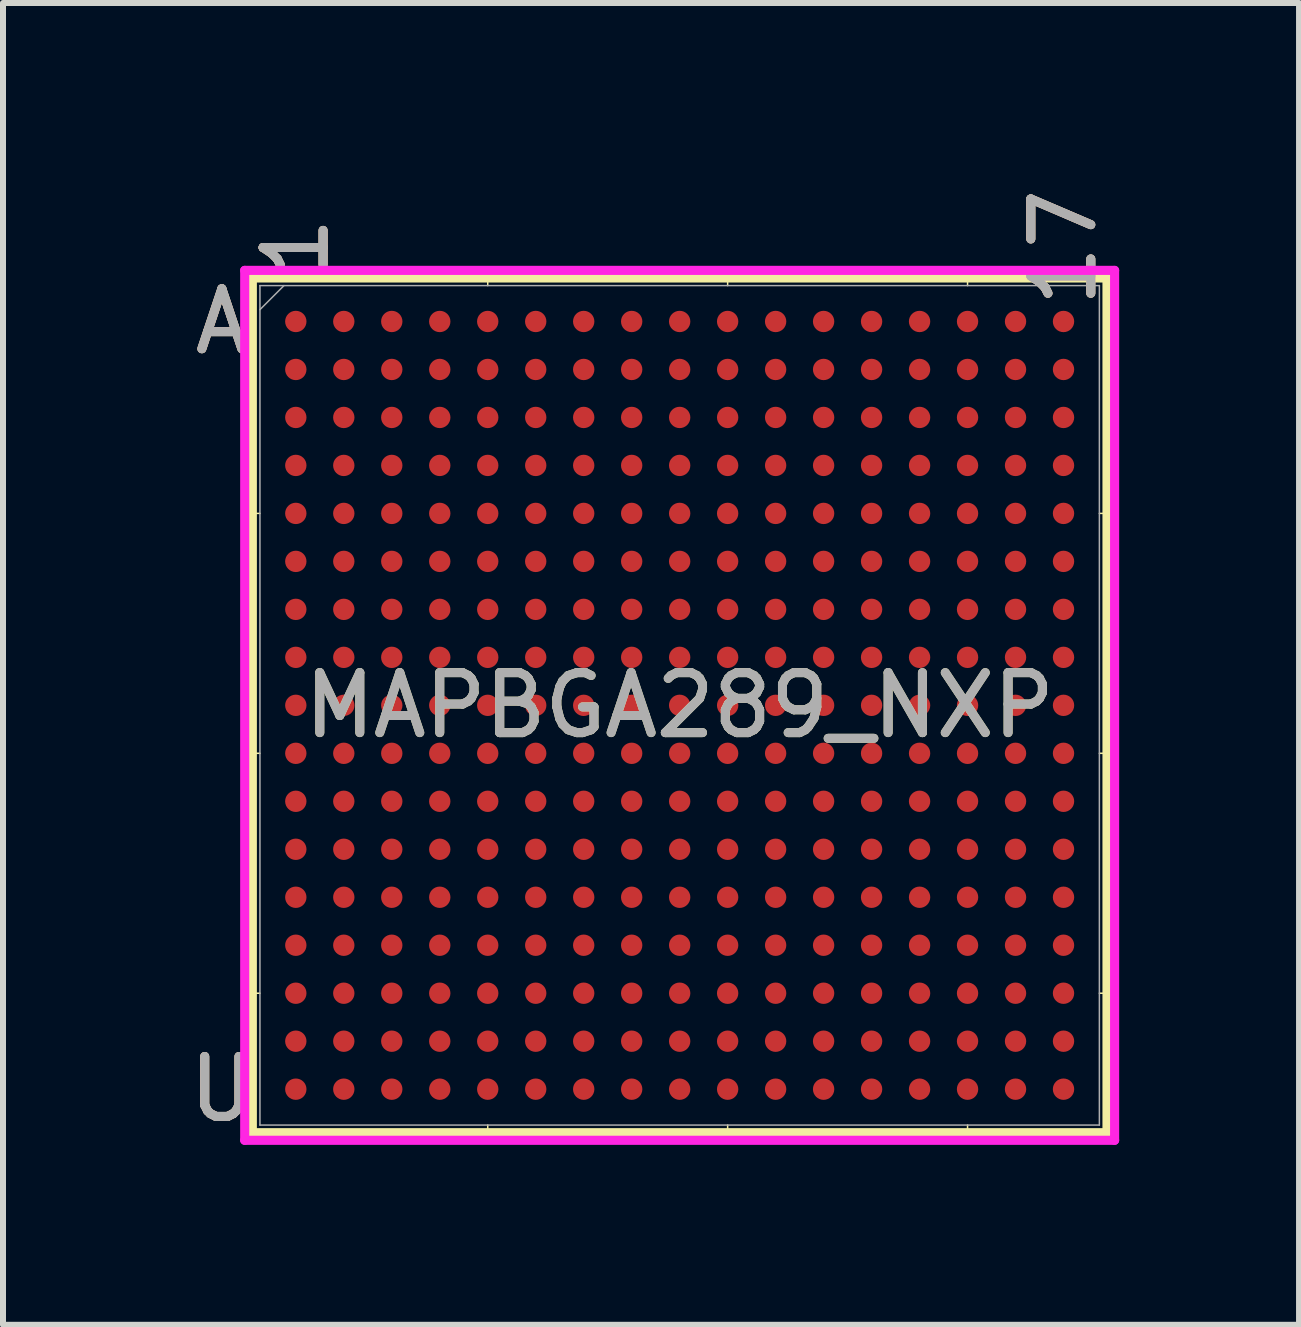
<source format=kicad_pcb>
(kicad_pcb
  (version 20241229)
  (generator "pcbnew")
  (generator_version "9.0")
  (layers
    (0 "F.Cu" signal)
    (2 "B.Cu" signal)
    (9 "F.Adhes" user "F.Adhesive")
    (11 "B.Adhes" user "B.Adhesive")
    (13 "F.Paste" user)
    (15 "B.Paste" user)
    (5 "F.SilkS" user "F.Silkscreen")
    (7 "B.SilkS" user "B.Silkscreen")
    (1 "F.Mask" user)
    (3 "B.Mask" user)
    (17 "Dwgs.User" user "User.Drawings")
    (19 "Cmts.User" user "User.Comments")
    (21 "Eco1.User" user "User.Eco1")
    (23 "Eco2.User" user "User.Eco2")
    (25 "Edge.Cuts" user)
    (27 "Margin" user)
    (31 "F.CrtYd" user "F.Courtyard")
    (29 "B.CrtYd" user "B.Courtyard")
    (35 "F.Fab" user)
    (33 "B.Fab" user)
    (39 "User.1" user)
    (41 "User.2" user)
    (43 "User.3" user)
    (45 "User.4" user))
  (footprint "MAPBGA289_NXP"
    (layer "F.Cu")
    (at 8.282 8.71)
    (property "Reference" "MAPBGA289_NXP" (at 0 0 0) (unlocked yes) (layer "F.SilkS") (effects (font (size 1 1) (thickness 0.15))))
    (attr smd)
    (fp_line (start -7.125 -7.125) (end -7.125 7.125) (stroke (width 0.152) (type solid)) (layer "F.SilkS"))
    (fp_line (start -7.125 7.125) (end 7.125 7.125) (stroke (width 0.152) (type solid)) (layer "F.SilkS"))
    (fp_line (start -6.998 -3.2) (end -7.252 -3.2) (stroke (width 0.025) (type solid)) (layer "F.SilkS"))
    (fp_line (start -6.998 0.8) (end -7.252 0.8) (stroke (width 0.025) (type solid)) (layer "F.SilkS"))
    (fp_line (start -6.998 4.8) (end -7.252 4.8) (stroke (width 0.025) (type solid)) (layer "F.SilkS"))
    (fp_line (start -3.2 -6.998) (end -3.2 -7.252) (stroke (width 0.025) (type solid)) (layer "F.SilkS"))
    (fp_line (start -3.2 6.998) (end -3.2 7.252) (stroke (width 0.025) (type solid)) (layer "F.SilkS"))
    (fp_line (start 0.8 -6.998) (end 0.8 -7.252) (stroke (width 0.025) (type solid)) (layer "F.SilkS"))
    (fp_line (start 0.8 6.998) (end 0.8 7.252) (stroke (width 0.025) (type solid)) (layer "F.SilkS"))
    (fp_line (start 4.8 -6.998) (end 4.8 -7.252) (stroke (width 0.025) (type solid)) (layer "F.SilkS"))
    (fp_line (start 4.8 6.998) (end 4.8 7.252) (stroke (width 0.025) (type solid)) (layer "F.SilkS"))
    (fp_line (start 6.998 -3.2) (end 7.252 -3.2) (stroke (width 0.025) (type solid)) (layer "F.SilkS"))
    (fp_line (start 6.998 0.8) (end 7.252 0.8) (stroke (width 0.025) (type solid)) (layer "F.SilkS"))
    (fp_line (start 6.998 4.8) (end 7.252 4.8) (stroke (width 0.025) (type solid)) (layer "F.SilkS"))
    (fp_line (start 7.125 -7.125) (end -7.125 -7.125) (stroke (width 0.152) (type solid)) (layer "F.SilkS"))
    (fp_line (start 7.125 7.125) (end 7.125 -7.125) (stroke (width 0.152) (type solid)) (layer "F.SilkS"))
    (fp_poly (pts (xy -7.245 -7.245) (xy 7.245 -7.245) (xy 7.245 7.245) (xy -7.245 7.245)) (stroke (width 0.1) (type solid)) (fill no) (layer "Eco2.User"))
    (fp_line (start -7.252 -7.252) (end 7.252 -7.252) (stroke (width 0.152) (type solid)) (layer "F.CrtYd"))
    (fp_line (start -7.252 7.252) (end -7.252 -7.252) (stroke (width 0.152) (type solid)) (layer "F.CrtYd"))
    (fp_line (start 7.252 -7.252) (end 7.252 7.252) (stroke (width 0.152) (type solid)) (layer "F.CrtYd"))
    (fp_line (start 7.252 7.252) (end -7.252 7.252) (stroke (width 0.152) (type solid)) (layer "F.CrtYd"))
    (fp_line (start -6.998 -6.998) (end -6.998 6.998) (stroke (width 0.025) (type solid)) (layer "F.Fab"))
    (fp_line (start -6.998 6.998) (end 6.998 6.998) (stroke (width 0.025) (type solid)) (layer "F.Fab"))
    (fp_line (start -6.598 -6.998) (end -6.998 -6.598) (stroke (width 0.025) (type solid)) (layer "F.Fab"))
    (fp_line (start 6.998 -6.998) (end -6.998 -6.998) (stroke (width 0.025) (type solid)) (layer "F.Fab"))
    (fp_line (start 6.998 6.998) (end 6.998 -6.998) (stroke (width 0.025) (type solid)) (layer "F.Fab"))
    (fp_text user "A" (at -7.633 -6.4 0) (unlocked yes) (layer "F.SilkS") (effects (font (size 1 1) (thickness 0.15))))
    (fp_text user "1" (at -6.4 -7.633 90) (unlocked yes) (layer "F.SilkS") (effects (font (size 1 1) (thickness 0.15))))
    (fp_text user "17" (at 6.4 -7.633 90) (unlocked yes) (layer "F.SilkS") (effects (font (size 1 1) (thickness 0.15))))
    (fp_text user "U" (at -7.633 6.4 0) (unlocked yes) (layer "F.SilkS") (effects (font (size 1 1) (thickness 0.15))))
    (fp_text user "17" (at 6.4 -7.633 90) (unlocked yes) (layer "B.SilkS") (effects (font (size 1 1) (thickness 0.15))))
    (fp_text user "1" (at -6.4 -7.633 90) (unlocked yes) (layer "B.SilkS") (effects (font (size 1 1) (thickness 0.15))))
    (fp_text user "U" (at -7.633 6.4 0) (unlocked yes) (layer "B.SilkS") (effects (font (size 1 1) (thickness 0.15))))
    (fp_text user "A" (at -7.633 -6.4 0) (unlocked yes) (layer "B.SilkS") (effects (font (size 1 1) (thickness 0.15))))
    (fp_text user "${REFERENCE}" (at 0 0 0) (unlocked yes) (layer "F.Fab") (effects (font (size 1 1) (thickness 0.15))))
    (fp_text user "17" (at 6.4 -7.633 90) (unlocked yes) (layer "F.Fab") (effects (font (size 1 1) (thickness 0.15))))
    (fp_text user "A" (at -7.633 -6.4 0) (unlocked yes) (layer "F.Fab") (effects (font (size 1 1) (thickness 0.15))))
    (fp_text user "U" (at -7.633 6.4 0) (unlocked yes) (layer "F.Fab") (effects (font (size 1 1) (thickness 0.15))))
    (fp_text user "1" (at -6.4 -7.633 90) (unlocked yes) (layer "F.Fab") (effects (font (size 1 1) (thickness 0.15))))
    (pad "A1" smd circle (at -6.4 -6.4) (size 0.356 0.356) (layers "F.Cu" "F.Mask" "F.Paste"))
    (pad "A2" smd circle (at -5.6 -6.4) (size 0.356 0.356) (layers "F.Cu" "F.Mask" "F.Paste"))
    (pad "A3" smd circle (at -4.8 -6.4) (size 0.356 0.356) (layers "F.Cu" "F.Mask" "F.Paste"))
    (pad "A4" smd circle (at -4 -6.4) (size 0.356 0.356) (layers "F.Cu" "F.Mask" "F.Paste"))
    (pad "A5" smd circle (at -3.2 -6.4) (size 0.356 0.356) (layers "F.Cu" "F.Mask" "F.Paste"))
    (pad "A6" smd circle (at -2.4 -6.4) (size 0.356 0.356) (layers "F.Cu" "F.Mask" "F.Paste"))
    (pad "A7" smd circle (at -1.6 -6.4) (size 0.356 0.356) (layers "F.Cu" "F.Mask" "F.Paste"))
    (pad "A8" smd circle (at -0.8 -6.4) (size 0.356 0.356) (layers "F.Cu" "F.Mask" "F.Paste"))
    (pad "A9" smd circle (at 0 -6.4) (size 0.356 0.356) (layers "F.Cu" "F.Mask" "F.Paste"))
    (pad "A10" smd circle (at 0.8 -6.4) (size 0.356 0.356) (layers "F.Cu" "F.Mask" "F.Paste"))
    (pad "A11" smd circle (at 1.6 -6.4) (size 0.356 0.356) (layers "F.Cu" "F.Mask" "F.Paste"))
    (pad "A12" smd circle (at 2.4 -6.4) (size 0.356 0.356) (layers "F.Cu" "F.Mask" "F.Paste"))
    (pad "A13" smd circle (at 3.2 -6.4) (size 0.356 0.356) (layers "F.Cu" "F.Mask" "F.Paste"))
    (pad "A14" smd circle (at 4 -6.4) (size 0.356 0.356) (layers "F.Cu" "F.Mask" "F.Paste"))
    (pad "A15" smd circle (at 4.8 -6.4) (size 0.356 0.356) (layers "F.Cu" "F.Mask" "F.Paste"))
    (pad "A16" smd circle (at 5.6 -6.4) (size 0.356 0.356) (layers "F.Cu" "F.Mask" "F.Paste"))
    (pad "A17" smd circle (at 6.4 -6.4) (size 0.356 0.356) (layers "F.Cu" "F.Mask" "F.Paste"))
    (pad "B1" smd circle (at -6.4 -5.6) (size 0.356 0.356) (layers "F.Cu" "F.Mask" "F.Paste"))
    (pad "B2" smd circle (at -5.6 -5.6) (size 0.356 0.356) (layers "F.Cu" "F.Mask" "F.Paste"))
    (pad "B3" smd circle (at -4.8 -5.6) (size 0.356 0.356) (layers "F.Cu" "F.Mask" "F.Paste"))
    (pad "B4" smd circle (at -4 -5.6) (size 0.356 0.356) (layers "F.Cu" "F.Mask" "F.Paste"))
    (pad "B5" smd circle (at -3.2 -5.6) (size 0.356 0.356) (layers "F.Cu" "F.Mask" "F.Paste"))
    (pad "B6" smd circle (at -2.4 -5.6) (size 0.356 0.356) (layers "F.Cu" "F.Mask" "F.Paste"))
    (pad "B7" smd circle (at -1.6 -5.6) (size 0.356 0.356) (layers "F.Cu" "F.Mask" "F.Paste"))
    (pad "B8" smd circle (at -0.8 -5.6) (size 0.356 0.356) (layers "F.Cu" "F.Mask" "F.Paste"))
    (pad "B9" smd circle (at 0 -5.6) (size 0.356 0.356) (layers "F.Cu" "F.Mask" "F.Paste"))
    (pad "B10" smd circle (at 0.8 -5.6) (size 0.356 0.356) (layers "F.Cu" "F.Mask" "F.Paste"))
    (pad "B11" smd circle (at 1.6 -5.6) (size 0.356 0.356) (layers "F.Cu" "F.Mask" "F.Paste"))
    (pad "B12" smd circle (at 2.4 -5.6) (size 0.356 0.356) (layers "F.Cu" "F.Mask" "F.Paste"))
    (pad "B13" smd circle (at 3.2 -5.6) (size 0.356 0.356) (layers "F.Cu" "F.Mask" "F.Paste"))
    (pad "B14" smd circle (at 4 -5.6) (size 0.356 0.356) (layers "F.Cu" "F.Mask" "F.Paste"))
    (pad "B15" smd circle (at 4.8 -5.6) (size 0.356 0.356) (layers "F.Cu" "F.Mask" "F.Paste"))
    (pad "B16" smd circle (at 5.6 -5.6) (size 0.356 0.356) (layers "F.Cu" "F.Mask" "F.Paste"))
    (pad "B17" smd circle (at 6.4 -5.6) (size 0.356 0.356) (layers "F.Cu" "F.Mask" "F.Paste"))
    (pad "C1" smd circle (at -6.4 -4.8) (size 0.356 0.356) (layers "F.Cu" "F.Mask" "F.Paste"))
    (pad "C2" smd circle (at -5.6 -4.8) (size 0.356 0.356) (layers "F.Cu" "F.Mask" "F.Paste"))
    (pad "C3" smd circle (at -4.8 -4.8) (size 0.356 0.356) (layers "F.Cu" "F.Mask" "F.Paste"))
    (pad "C4" smd circle (at -4 -4.8) (size 0.356 0.356) (layers "F.Cu" "F.Mask" "F.Paste"))
    (pad "C5" smd circle (at -3.2 -4.8) (size 0.356 0.356) (layers "F.Cu" "F.Mask" "F.Paste"))
    (pad "C6" smd circle (at -2.4 -4.8) (size 0.356 0.356) (layers "F.Cu" "F.Mask" "F.Paste"))
    (pad "C7" smd circle (at -1.6 -4.8) (size 0.356 0.356) (layers "F.Cu" "F.Mask" "F.Paste"))
    (pad "C8" smd circle (at -0.8 -4.8) (size 0.356 0.356) (layers "F.Cu" "F.Mask" "F.Paste"))
    (pad "C9" smd circle (at 0 -4.8) (size 0.356 0.356) (layers "F.Cu" "F.Mask" "F.Paste"))
    (pad "C10" smd circle (at 0.8 -4.8) (size 0.356 0.356) (layers "F.Cu" "F.Mask" "F.Paste"))
    (pad "C11" smd circle (at 1.6 -4.8) (size 0.356 0.356) (layers "F.Cu" "F.Mask" "F.Paste"))
    (pad "C12" smd circle (at 2.4 -4.8) (size 0.356 0.356) (layers "F.Cu" "F.Mask" "F.Paste"))
    (pad "C13" smd circle (at 3.2 -4.8) (size 0.356 0.356) (layers "F.Cu" "F.Mask" "F.Paste"))
    (pad "C14" smd circle (at 4 -4.8) (size 0.356 0.356) (layers "F.Cu" "F.Mask" "F.Paste"))
    (pad "C15" smd circle (at 4.8 -4.8) (size 0.356 0.356) (layers "F.Cu" "F.Mask" "F.Paste"))
    (pad "C16" smd circle (at 5.6 -4.8) (size 0.356 0.356) (layers "F.Cu" "F.Mask" "F.Paste"))
    (pad "C17" smd circle (at 6.4 -4.8) (size 0.356 0.356) (layers "F.Cu" "F.Mask" "F.Paste"))
    (pad "D1" smd circle (at -6.4 -4) (size 0.356 0.356) (layers "F.Cu" "F.Mask" "F.Paste"))
    (pad "D2" smd circle (at -5.6 -4) (size 0.356 0.356) (layers "F.Cu" "F.Mask" "F.Paste"))
    (pad "D3" smd circle (at -4.8 -4) (size 0.356 0.356) (layers "F.Cu" "F.Mask" "F.Paste"))
    (pad "D4" smd circle (at -4 -4) (size 0.356 0.356) (layers "F.Cu" "F.Mask" "F.Paste"))
    (pad "D5" smd circle (at -3.2 -4) (size 0.356 0.356) (layers "F.Cu" "F.Mask" "F.Paste"))
    (pad "D6" smd circle (at -2.4 -4) (size 0.356 0.356) (layers "F.Cu" "F.Mask" "F.Paste"))
    (pad "D7" smd circle (at -1.6 -4) (size 0.356 0.356) (layers "F.Cu" "F.Mask" "F.Paste"))
    (pad "D8" smd circle (at -0.8 -4) (size 0.356 0.356) (layers "F.Cu" "F.Mask" "F.Paste"))
    (pad "D9" smd circle (at 0 -4) (size 0.356 0.356) (layers "F.Cu" "F.Mask" "F.Paste"))
    (pad "D10" smd circle (at 0.8 -4) (size 0.356 0.356) (layers "F.Cu" "F.Mask" "F.Paste"))
    (pad "D11" smd circle (at 1.6 -4) (size 0.356 0.356) (layers "F.Cu" "F.Mask" "F.Paste"))
    (pad "D12" smd circle (at 2.4 -4) (size 0.356 0.356) (layers "F.Cu" "F.Mask" "F.Paste"))
    (pad "D13" smd circle (at 3.2 -4) (size 0.356 0.356) (layers "F.Cu" "F.Mask" "F.Paste"))
    (pad "D14" smd circle (at 4 -4) (size 0.356 0.356) (layers "F.Cu" "F.Mask" "F.Paste"))
    (pad "D15" smd circle (at 4.8 -4) (size 0.356 0.356) (layers "F.Cu" "F.Mask" "F.Paste"))
    (pad "D16" smd circle (at 5.6 -4) (size 0.356 0.356) (layers "F.Cu" "F.Mask" "F.Paste"))
    (pad "D17" smd circle (at 6.4 -4) (size 0.356 0.356) (layers "F.Cu" "F.Mask" "F.Paste"))
    (pad "E1" smd circle (at -6.4 -3.2) (size 0.356 0.356) (layers "F.Cu" "F.Mask" "F.Paste"))
    (pad "E2" smd circle (at -5.6 -3.2) (size 0.356 0.356) (layers "F.Cu" "F.Mask" "F.Paste"))
    (pad "E3" smd circle (at -4.8 -3.2) (size 0.356 0.356) (layers "F.Cu" "F.Mask" "F.Paste"))
    (pad "E4" smd circle (at -4 -3.2) (size 0.356 0.356) (layers "F.Cu" "F.Mask" "F.Paste"))
    (pad "E5" smd circle (at -3.2 -3.2) (size 0.356 0.356) (layers "F.Cu" "F.Mask" "F.Paste"))
    (pad "E6" smd circle (at -2.4 -3.2) (size 0.356 0.356) (layers "F.Cu" "F.Mask" "F.Paste"))
    (pad "E7" smd circle (at -1.6 -3.2) (size 0.356 0.356) (layers "F.Cu" "F.Mask" "F.Paste"))
    (pad "E8" smd circle (at -0.8 -3.2) (size 0.356 0.356) (layers "F.Cu" "F.Mask" "F.Paste"))
    (pad "E9" smd circle (at 0 -3.2) (size 0.356 0.356) (layers "F.Cu" "F.Mask" "F.Paste"))
    (pad "E10" smd circle (at 0.8 -3.2) (size 0.356 0.356) (layers "F.Cu" "F.Mask" "F.Paste"))
    (pad "E11" smd circle (at 1.6 -3.2) (size 0.356 0.356) (layers "F.Cu" "F.Mask" "F.Paste"))
    (pad "E12" smd circle (at 2.4 -3.2) (size 0.356 0.356) (layers "F.Cu" "F.Mask" "F.Paste"))
    (pad "E13" smd circle (at 3.2 -3.2) (size 0.356 0.356) (layers "F.Cu" "F.Mask" "F.Paste"))
    (pad "E14" smd circle (at 4 -3.2) (size 0.356 0.356) (layers "F.Cu" "F.Mask" "F.Paste"))
    (pad "E15" smd circle (at 4.8 -3.2) (size 0.356 0.356) (layers "F.Cu" "F.Mask" "F.Paste"))
    (pad "E16" smd circle (at 5.6 -3.2) (size 0.356 0.356) (layers "F.Cu" "F.Mask" "F.Paste"))
    (pad "E17" smd circle (at 6.4 -3.2) (size 0.356 0.356) (layers "F.Cu" "F.Mask" "F.Paste"))
    (pad "F1" smd circle (at -6.4 -2.4) (size 0.356 0.356) (layers "F.Cu" "F.Mask" "F.Paste"))
    (pad "F2" smd circle (at -5.6 -2.4) (size 0.356 0.356) (layers "F.Cu" "F.Mask" "F.Paste"))
    (pad "F3" smd circle (at -4.8 -2.4) (size 0.356 0.356) (layers "F.Cu" "F.Mask" "F.Paste"))
    (pad "F4" smd circle (at -4 -2.4) (size 0.356 0.356) (layers "F.Cu" "F.Mask" "F.Paste"))
    (pad "F5" smd circle (at -3.2 -2.4) (size 0.356 0.356) (layers "F.Cu" "F.Mask" "F.Paste"))
    (pad "F6" smd circle (at -2.4 -2.4) (size 0.356 0.356) (layers "F.Cu" "F.Mask" "F.Paste"))
    (pad "F7" smd circle (at -1.6 -2.4) (size 0.356 0.356) (layers "F.Cu" "F.Mask" "F.Paste"))
    (pad "F8" smd circle (at -0.8 -2.4) (size 0.356 0.356) (layers "F.Cu" "F.Mask" "F.Paste"))
    (pad "F9" smd circle (at 0 -2.4) (size 0.356 0.356) (layers "F.Cu" "F.Mask" "F.Paste"))
    (pad "F10" smd circle (at 0.8 -2.4) (size 0.356 0.356) (layers "F.Cu" "F.Mask" "F.Paste"))
    (pad "F11" smd circle (at 1.6 -2.4) (size 0.356 0.356) (layers "F.Cu" "F.Mask" "F.Paste"))
    (pad "F12" smd circle (at 2.4 -2.4) (size 0.356 0.356) (layers "F.Cu" "F.Mask" "F.Paste"))
    (pad "F13" smd circle (at 3.2 -2.4) (size 0.356 0.356) (layers "F.Cu" "F.Mask" "F.Paste"))
    (pad "F14" smd circle (at 4 -2.4) (size 0.356 0.356) (layers "F.Cu" "F.Mask" "F.Paste"))
    (pad "F15" smd circle (at 4.8 -2.4) (size 0.356 0.356) (layers "F.Cu" "F.Mask" "F.Paste"))
    (pad "F16" smd circle (at 5.6 -2.4) (size 0.356 0.356) (layers "F.Cu" "F.Mask" "F.Paste"))
    (pad "F17" smd circle (at 6.4 -2.4) (size 0.356 0.356) (layers "F.Cu" "F.Mask" "F.Paste"))
    (pad "G1" smd circle (at -6.4 -1.6) (size 0.356 0.356) (layers "F.Cu" "F.Mask" "F.Paste"))
    (pad "G2" smd circle (at -5.6 -1.6) (size 0.356 0.356) (layers "F.Cu" "F.Mask" "F.Paste"))
    (pad "G3" smd circle (at -4.8 -1.6) (size 0.356 0.356) (layers "F.Cu" "F.Mask" "F.Paste"))
    (pad "G4" smd circle (at -4 -1.6) (size 0.356 0.356) (layers "F.Cu" "F.Mask" "F.Paste"))
    (pad "G5" smd circle (at -3.2 -1.6) (size 0.356 0.356) (layers "F.Cu" "F.Mask" "F.Paste"))
    (pad "G6" smd circle (at -2.4 -1.6) (size 0.356 0.356) (layers "F.Cu" "F.Mask" "F.Paste"))
    (pad "G7" smd circle (at -1.6 -1.6) (size 0.356 0.356) (layers "F.Cu" "F.Mask" "F.Paste"))
    (pad "G8" smd circle (at -0.8 -1.6) (size 0.356 0.356) (layers "F.Cu" "F.Mask" "F.Paste"))
    (pad "G9" smd circle (at 0 -1.6) (size 0.356 0.356) (layers "F.Cu" "F.Mask" "F.Paste"))
    (pad "G10" smd circle (at 0.8 -1.6) (size 0.356 0.356) (layers "F.Cu" "F.Mask" "F.Paste"))
    (pad "G11" smd circle (at 1.6 -1.6) (size 0.356 0.356) (layers "F.Cu" "F.Mask" "F.Paste"))
    (pad "G12" smd circle (at 2.4 -1.6) (size 0.356 0.356) (layers "F.Cu" "F.Mask" "F.Paste"))
    (pad "G13" smd circle (at 3.2 -1.6) (size 0.356 0.356) (layers "F.Cu" "F.Mask" "F.Paste"))
    (pad "G14" smd circle (at 4 -1.6) (size 0.356 0.356) (layers "F.Cu" "F.Mask" "F.Paste"))
    (pad "G15" smd circle (at 4.8 -1.6) (size 0.356 0.356) (layers "F.Cu" "F.Mask" "F.Paste"))
    (pad "G16" smd circle (at 5.6 -1.6) (size 0.356 0.356) (layers "F.Cu" "F.Mask" "F.Paste"))
    (pad "G17" smd circle (at 6.4 -1.6) (size 0.356 0.356) (layers "F.Cu" "F.Mask" "F.Paste"))
    (pad "H1" smd circle (at -6.4 -0.8) (size 0.356 0.356) (layers "F.Cu" "F.Mask" "F.Paste"))
    (pad "H2" smd circle (at -5.6 -0.8) (size 0.356 0.356) (layers "F.Cu" "F.Mask" "F.Paste"))
    (pad "H3" smd circle (at -4.8 -0.8) (size 0.356 0.356) (layers "F.Cu" "F.Mask" "F.Paste"))
    (pad "H4" smd circle (at -4 -0.8) (size 0.356 0.356) (layers "F.Cu" "F.Mask" "F.Paste"))
    (pad "H5" smd circle (at -3.2 -0.8) (size 0.356 0.356) (layers "F.Cu" "F.Mask" "F.Paste"))
    (pad "H6" smd circle (at -2.4 -0.8) (size 0.356 0.356) (layers "F.Cu" "F.Mask" "F.Paste"))
    (pad "H7" smd circle (at -1.6 -0.8) (size 0.356 0.356) (layers "F.Cu" "F.Mask" "F.Paste"))
    (pad "H8" smd circle (at -0.8 -0.8) (size 0.356 0.356) (layers "F.Cu" "F.Mask" "F.Paste"))
    (pad "H9" smd circle (at 0 -0.8) (size 0.356 0.356) (layers "F.Cu" "F.Mask" "F.Paste"))
    (pad "H10" smd circle (at 0.8 -0.8) (size 0.356 0.356) (layers "F.Cu" "F.Mask" "F.Paste"))
    (pad "H11" smd circle (at 1.6 -0.8) (size 0.356 0.356) (layers "F.Cu" "F.Mask" "F.Paste"))
    (pad "H12" smd circle (at 2.4 -0.8) (size 0.356 0.356) (layers "F.Cu" "F.Mask" "F.Paste"))
    (pad "H13" smd circle (at 3.2 -0.8) (size 0.356 0.356) (layers "F.Cu" "F.Mask" "F.Paste"))
    (pad "H14" smd circle (at 4 -0.8) (size 0.356 0.356) (layers "F.Cu" "F.Mask" "F.Paste"))
    (pad "H15" smd circle (at 4.8 -0.8) (size 0.356 0.356) (layers "F.Cu" "F.Mask" "F.Paste"))
    (pad "H16" smd circle (at 5.6 -0.8) (size 0.356 0.356) (layers "F.Cu" "F.Mask" "F.Paste"))
    (pad "H17" smd circle (at 6.4 -0.8) (size 0.356 0.356) (layers "F.Cu" "F.Mask" "F.Paste"))
    (pad "J1" smd circle (at -6.4 0) (size 0.356 0.356) (layers "F.Cu" "F.Mask" "F.Paste"))
    (pad "J2" smd circle (at -5.6 0) (size 0.356 0.356) (layers "F.Cu" "F.Mask" "F.Paste"))
    (pad "J3" smd circle (at -4.8 0) (size 0.356 0.356) (layers "F.Cu" "F.Mask" "F.Paste"))
    (pad "J4" smd circle (at -4 0) (size 0.356 0.356) (layers "F.Cu" "F.Mask" "F.Paste"))
    (pad "J5" smd circle (at -3.2 0) (size 0.356 0.356) (layers "F.Cu" "F.Mask" "F.Paste"))
    (pad "J6" smd circle (at -2.4 0) (size 0.356 0.356) (layers "F.Cu" "F.Mask" "F.Paste"))
    (pad "J7" smd circle (at -1.6 0) (size 0.356 0.356) (layers "F.Cu" "F.Mask" "F.Paste"))
    (pad "J8" smd circle (at -0.8 0) (size 0.356 0.356) (layers "F.Cu" "F.Mask" "F.Paste"))
    (pad "J9" smd circle (at 0 0) (size 0.356 0.356) (layers "F.Cu" "F.Mask" "F.Paste"))
    (pad "J10" smd circle (at 0.8 0) (size 0.356 0.356) (layers "F.Cu" "F.Mask" "F.Paste"))
    (pad "J11" smd circle (at 1.6 0) (size 0.356 0.356) (layers "F.Cu" "F.Mask" "F.Paste"))
    (pad "J12" smd circle (at 2.4 0) (size 0.356 0.356) (layers "F.Cu" "F.Mask" "F.Paste"))
    (pad "J13" smd circle (at 3.2 0) (size 0.356 0.356) (layers "F.Cu" "F.Mask" "F.Paste"))
    (pad "J14" smd circle (at 4 0) (size 0.356 0.356) (layers "F.Cu" "F.Mask" "F.Paste"))
    (pad "J15" smd circle (at 4.8 0) (size 0.356 0.356) (layers "F.Cu" "F.Mask" "F.Paste"))
    (pad "J16" smd circle (at 5.6 0) (size 0.356 0.356) (layers "F.Cu" "F.Mask" "F.Paste"))
    (pad "J17" smd circle (at 6.4 0) (size 0.356 0.356) (layers "F.Cu" "F.Mask" "F.Paste"))
    (pad "K1" smd circle (at -6.4 0.8) (size 0.356 0.356) (layers "F.Cu" "F.Mask" "F.Paste"))
    (pad "K2" smd circle (at -5.6 0.8) (size 0.356 0.356) (layers "F.Cu" "F.Mask" "F.Paste"))
    (pad "K3" smd circle (at -4.8 0.8) (size 0.356 0.356) (layers "F.Cu" "F.Mask" "F.Paste"))
    (pad "K4" smd circle (at -4 0.8) (size 0.356 0.356) (layers "F.Cu" "F.Mask" "F.Paste"))
    (pad "K5" smd circle (at -3.2 0.8) (size 0.356 0.356) (layers "F.Cu" "F.Mask" "F.Paste"))
    (pad "K6" smd circle (at -2.4 0.8) (size 0.356 0.356) (layers "F.Cu" "F.Mask" "F.Paste"))
    (pad "K7" smd circle (at -1.6 0.8) (size 0.356 0.356) (layers "F.Cu" "F.Mask" "F.Paste"))
    (pad "K8" smd circle (at -0.8 0.8) (size 0.356 0.356) (layers "F.Cu" "F.Mask" "F.Paste"))
    (pad "K9" smd circle (at 0 0.8) (size 0.356 0.356) (layers "F.Cu" "F.Mask" "F.Paste"))
    (pad "K10" smd circle (at 0.8 0.8) (size 0.356 0.356) (layers "F.Cu" "F.Mask" "F.Paste"))
    (pad "K11" smd circle (at 1.6 0.8) (size 0.356 0.356) (layers "F.Cu" "F.Mask" "F.Paste"))
    (pad "K12" smd circle (at 2.4 0.8) (size 0.356 0.356) (layers "F.Cu" "F.Mask" "F.Paste"))
    (pad "K13" smd circle (at 3.2 0.8) (size 0.356 0.356) (layers "F.Cu" "F.Mask" "F.Paste"))
    (pad "K14" smd circle (at 4 0.8) (size 0.356 0.356) (layers "F.Cu" "F.Mask" "F.Paste"))
    (pad "K15" smd circle (at 4.8 0.8) (size 0.356 0.356) (layers "F.Cu" "F.Mask" "F.Paste"))
    (pad "K16" smd circle (at 5.6 0.8) (size 0.356 0.356) (layers "F.Cu" "F.Mask" "F.Paste"))
    (pad "K17" smd circle (at 6.4 0.8) (size 0.356 0.356) (layers "F.Cu" "F.Mask" "F.Paste"))
    (pad "L1" smd circle (at -6.4 1.6) (size 0.356 0.356) (layers "F.Cu" "F.Mask" "F.Paste"))
    (pad "L2" smd circle (at -5.6 1.6) (size 0.356 0.356) (layers "F.Cu" "F.Mask" "F.Paste"))
    (pad "L3" smd circle (at -4.8 1.6) (size 0.356 0.356) (layers "F.Cu" "F.Mask" "F.Paste"))
    (pad "L4" smd circle (at -4 1.6) (size 0.356 0.356) (layers "F.Cu" "F.Mask" "F.Paste"))
    (pad "L5" smd circle (at -3.2 1.6) (size 0.356 0.356) (layers "F.Cu" "F.Mask" "F.Paste"))
    (pad "L6" smd circle (at -2.4 1.6) (size 0.356 0.356) (layers "F.Cu" "F.Mask" "F.Paste"))
    (pad "L7" smd circle (at -1.6 1.6) (size 0.356 0.356) (layers "F.Cu" "F.Mask" "F.Paste"))
    (pad "L8" smd circle (at -0.8 1.6) (size 0.356 0.356) (layers "F.Cu" "F.Mask" "F.Paste"))
    (pad "L9" smd circle (at 0 1.6) (size 0.356 0.356) (layers "F.Cu" "F.Mask" "F.Paste"))
    (pad "L10" smd circle (at 0.8 1.6) (size 0.356 0.356) (layers "F.Cu" "F.Mask" "F.Paste"))
    (pad "L11" smd circle (at 1.6 1.6) (size 0.356 0.356) (layers "F.Cu" "F.Mask" "F.Paste"))
    (pad "L12" smd circle (at 2.4 1.6) (size 0.356 0.356) (layers "F.Cu" "F.Mask" "F.Paste"))
    (pad "L13" smd circle (at 3.2 1.6) (size 0.356 0.356) (layers "F.Cu" "F.Mask" "F.Paste"))
    (pad "L14" smd circle (at 4 1.6) (size 0.356 0.356) (layers "F.Cu" "F.Mask" "F.Paste"))
    (pad "L15" smd circle (at 4.8 1.6) (size 0.356 0.356) (layers "F.Cu" "F.Mask" "F.Paste"))
    (pad "L16" smd circle (at 5.6 1.6) (size 0.356 0.356) (layers "F.Cu" "F.Mask" "F.Paste"))
    (pad "L17" smd circle (at 6.4 1.6) (size 0.356 0.356) (layers "F.Cu" "F.Mask" "F.Paste"))
    (pad "M1" smd circle (at -6.4 2.4) (size 0.356 0.356) (layers "F.Cu" "F.Mask" "F.Paste"))
    (pad "M2" smd circle (at -5.6 2.4) (size 0.356 0.356) (layers "F.Cu" "F.Mask" "F.Paste"))
    (pad "M3" smd circle (at -4.8 2.4) (size 0.356 0.356) (layers "F.Cu" "F.Mask" "F.Paste"))
    (pad "M4" smd circle (at -4 2.4) (size 0.356 0.356) (layers "F.Cu" "F.Mask" "F.Paste"))
    (pad "M5" smd circle (at -3.2 2.4) (size 0.356 0.356) (layers "F.Cu" "F.Mask" "F.Paste"))
    (pad "M6" smd circle (at -2.4 2.4) (size 0.356 0.356) (layers "F.Cu" "F.Mask" "F.Paste"))
    (pad "M7" smd circle (at -1.6 2.4) (size 0.356 0.356) (layers "F.Cu" "F.Mask" "F.Paste"))
    (pad "M8" smd circle (at -0.8 2.4) (size 0.356 0.356) (layers "F.Cu" "F.Mask" "F.Paste"))
    (pad "M9" smd circle (at 0 2.4) (size 0.356 0.356) (layers "F.Cu" "F.Mask" "F.Paste"))
    (pad "M10" smd circle (at 0.8 2.4) (size 0.356 0.356) (layers "F.Cu" "F.Mask" "F.Paste"))
    (pad "M11" smd circle (at 1.6 2.4) (size 0.356 0.356) (layers "F.Cu" "F.Mask" "F.Paste"))
    (pad "M12" smd circle (at 2.4 2.4) (size 0.356 0.356) (layers "F.Cu" "F.Mask" "F.Paste"))
    (pad "M13" smd circle (at 3.2 2.4) (size 0.356 0.356) (layers "F.Cu" "F.Mask" "F.Paste"))
    (pad "M14" smd circle (at 4 2.4) (size 0.356 0.356) (layers "F.Cu" "F.Mask" "F.Paste"))
    (pad "M15" smd circle (at 4.8 2.4) (size 0.356 0.356) (layers "F.Cu" "F.Mask" "F.Paste"))
    (pad "M16" smd circle (at 5.6 2.4) (size 0.356 0.356) (layers "F.Cu" "F.Mask" "F.Paste"))
    (pad "M17" smd circle (at 6.4 2.4) (size 0.356 0.356) (layers "F.Cu" "F.Mask" "F.Paste"))
    (pad "N1" smd circle (at -6.4 3.2) (size 0.356 0.356) (layers "F.Cu" "F.Mask" "F.Paste"))
    (pad "N2" smd circle (at -5.6 3.2) (size 0.356 0.356) (layers "F.Cu" "F.Mask" "F.Paste"))
    (pad "N3" smd circle (at -4.8 3.2) (size 0.356 0.356) (layers "F.Cu" "F.Mask" "F.Paste"))
    (pad "N4" smd circle (at -4 3.2) (size 0.356 0.356) (layers "F.Cu" "F.Mask" "F.Paste"))
    (pad "N5" smd circle (at -3.2 3.2) (size 0.356 0.356) (layers "F.Cu" "F.Mask" "F.Paste"))
    (pad "N6" smd circle (at -2.4 3.2) (size 0.356 0.356) (layers "F.Cu" "F.Mask" "F.Paste"))
    (pad "N7" smd circle (at -1.6 3.2) (size 0.356 0.356) (layers "F.Cu" "F.Mask" "F.Paste"))
    (pad "N8" smd circle (at -0.8 3.2) (size 0.356 0.356) (layers "F.Cu" "F.Mask" "F.Paste"))
    (pad "N9" smd circle (at 0 3.2) (size 0.356 0.356) (layers "F.Cu" "F.Mask" "F.Paste"))
    (pad "N10" smd circle (at 0.8 3.2) (size 0.356 0.356) (layers "F.Cu" "F.Mask" "F.Paste"))
    (pad "N11" smd circle (at 1.6 3.2) (size 0.356 0.356) (layers "F.Cu" "F.Mask" "F.Paste"))
    (pad "N12" smd circle (at 2.4 3.2) (size 0.356 0.356) (layers "F.Cu" "F.Mask" "F.Paste"))
    (pad "N13" smd circle (at 3.2 3.2) (size 0.356 0.356) (layers "F.Cu" "F.Mask" "F.Paste"))
    (pad "N14" smd circle (at 4 3.2) (size 0.356 0.356) (layers "F.Cu" "F.Mask" "F.Paste"))
    (pad "N15" smd circle (at 4.8 3.2) (size 0.356 0.356) (layers "F.Cu" "F.Mask" "F.Paste"))
    (pad "N16" smd circle (at 5.6 3.2) (size 0.356 0.356) (layers "F.Cu" "F.Mask" "F.Paste"))
    (pad "N17" smd circle (at 6.4 3.2) (size 0.356 0.356) (layers "F.Cu" "F.Mask" "F.Paste"))
    (pad "P1" smd circle (at -6.4 4) (size 0.356 0.356) (layers "F.Cu" "F.Mask" "F.Paste"))
    (pad "P2" smd circle (at -5.6 4) (size 0.356 0.356) (layers "F.Cu" "F.Mask" "F.Paste"))
    (pad "P3" smd circle (at -4.8 4) (size 0.356 0.356) (layers "F.Cu" "F.Mask" "F.Paste"))
    (pad "P4" smd circle (at -4 4) (size 0.356 0.356) (layers "F.Cu" "F.Mask" "F.Paste"))
    (pad "P5" smd circle (at -3.2 4) (size 0.356 0.356) (layers "F.Cu" "F.Mask" "F.Paste"))
    (pad "P6" smd circle (at -2.4 4) (size 0.356 0.356) (layers "F.Cu" "F.Mask" "F.Paste"))
    (pad "P7" smd circle (at -1.6 4) (size 0.356 0.356) (layers "F.Cu" "F.Mask" "F.Paste"))
    (pad "P8" smd circle (at -0.8 4) (size 0.356 0.356) (layers "F.Cu" "F.Mask" "F.Paste"))
    (pad "P9" smd circle (at 0 4) (size 0.356 0.356) (layers "F.Cu" "F.Mask" "F.Paste"))
    (pad "P10" smd circle (at 0.8 4) (size 0.356 0.356) (layers "F.Cu" "F.Mask" "F.Paste"))
    (pad "P11" smd circle (at 1.6 4) (size 0.356 0.356) (layers "F.Cu" "F.Mask" "F.Paste"))
    (pad "P12" smd circle (at 2.4 4) (size 0.356 0.356) (layers "F.Cu" "F.Mask" "F.Paste"))
    (pad "P13" smd circle (at 3.2 4) (size 0.356 0.356) (layers "F.Cu" "F.Mask" "F.Paste"))
    (pad "P14" smd circle (at 4 4) (size 0.356 0.356) (layers "F.Cu" "F.Mask" "F.Paste"))
    (pad "P15" smd circle (at 4.8 4) (size 0.356 0.356) (layers "F.Cu" "F.Mask" "F.Paste"))
    (pad "P16" smd circle (at 5.6 4) (size 0.356 0.356) (layers "F.Cu" "F.Mask" "F.Paste"))
    (pad "P17" smd circle (at 6.4 4) (size 0.356 0.356) (layers "F.Cu" "F.Mask" "F.Paste"))
    (pad "R1" smd circle (at -6.4 4.8) (size 0.356 0.356) (layers "F.Cu" "F.Mask" "F.Paste"))
    (pad "R2" smd circle (at -5.6 4.8) (size 0.356 0.356) (layers "F.Cu" "F.Mask" "F.Paste"))
    (pad "R3" smd circle (at -4.8 4.8) (size 0.356 0.356) (layers "F.Cu" "F.Mask" "F.Paste"))
    (pad "R4" smd circle (at -4 4.8) (size 0.356 0.356) (layers "F.Cu" "F.Mask" "F.Paste"))
    (pad "R5" smd circle (at -3.2 4.8) (size 0.356 0.356) (layers "F.Cu" "F.Mask" "F.Paste"))
    (pad "R6" smd circle (at -2.4 4.8) (size 0.356 0.356) (layers "F.Cu" "F.Mask" "F.Paste"))
    (pad "R7" smd circle (at -1.6 4.8) (size 0.356 0.356) (layers "F.Cu" "F.Mask" "F.Paste"))
    (pad "R8" smd circle (at -0.8 4.8) (size 0.356 0.356) (layers "F.Cu" "F.Mask" "F.Paste"))
    (pad "R9" smd circle (at 0 4.8) (size 0.356 0.356) (layers "F.Cu" "F.Mask" "F.Paste"))
    (pad "R10" smd circle (at 0.8 4.8) (size 0.356 0.356) (layers "F.Cu" "F.Mask" "F.Paste"))
    (pad "R11" smd circle (at 1.6 4.8) (size 0.356 0.356) (layers "F.Cu" "F.Mask" "F.Paste"))
    (pad "R12" smd circle (at 2.4 4.8) (size 0.356 0.356) (layers "F.Cu" "F.Mask" "F.Paste"))
    (pad "R13" smd circle (at 3.2 4.8) (size 0.356 0.356) (layers "F.Cu" "F.Mask" "F.Paste"))
    (pad "R14" smd circle (at 4 4.8) (size 0.356 0.356) (layers "F.Cu" "F.Mask" "F.Paste"))
    (pad "R15" smd circle (at 4.8 4.8) (size 0.356 0.356) (layers "F.Cu" "F.Mask" "F.Paste"))
    (pad "R16" smd circle (at 5.6 4.8) (size 0.356 0.356) (layers "F.Cu" "F.Mask" "F.Paste"))
    (pad "R17" smd circle (at 6.4 4.8) (size 0.356 0.356) (layers "F.Cu" "F.Mask" "F.Paste"))
    (pad "T1" smd circle (at -6.4 5.6) (size 0.356 0.356) (layers "F.Cu" "F.Mask" "F.Paste"))
    (pad "T2" smd circle (at -5.6 5.6) (size 0.356 0.356) (layers "F.Cu" "F.Mask" "F.Paste"))
    (pad "T3" smd circle (at -4.8 5.6) (size 0.356 0.356) (layers "F.Cu" "F.Mask" "F.Paste"))
    (pad "T4" smd circle (at -4 5.6) (size 0.356 0.356) (layers "F.Cu" "F.Mask" "F.Paste"))
    (pad "T5" smd circle (at -3.2 5.6) (size 0.356 0.356) (layers "F.Cu" "F.Mask" "F.Paste"))
    (pad "T6" smd circle (at -2.4 5.6) (size 0.356 0.356) (layers "F.Cu" "F.Mask" "F.Paste"))
    (pad "T7" smd circle (at -1.6 5.6) (size 0.356 0.356) (layers "F.Cu" "F.Mask" "F.Paste"))
    (pad "T8" smd circle (at -0.8 5.6) (size 0.356 0.356) (layers "F.Cu" "F.Mask" "F.Paste"))
    (pad "T9" smd circle (at 0 5.6) (size 0.356 0.356) (layers "F.Cu" "F.Mask" "F.Paste"))
    (pad "T10" smd circle (at 0.8 5.6) (size 0.356 0.356) (layers "F.Cu" "F.Mask" "F.Paste"))
    (pad "T11" smd circle (at 1.6 5.6) (size 0.356 0.356) (layers "F.Cu" "F.Mask" "F.Paste"))
    (pad "T12" smd circle (at 2.4 5.6) (size 0.356 0.356) (layers "F.Cu" "F.Mask" "F.Paste"))
    (pad "T13" smd circle (at 3.2 5.6) (size 0.356 0.356) (layers "F.Cu" "F.Mask" "F.Paste"))
    (pad "T14" smd circle (at 4 5.6) (size 0.356 0.356) (layers "F.Cu" "F.Mask" "F.Paste"))
    (pad "T15" smd circle (at 4.8 5.6) (size 0.356 0.356) (layers "F.Cu" "F.Mask" "F.Paste"))
    (pad "T16" smd circle (at 5.6 5.6) (size 0.356 0.356) (layers "F.Cu" "F.Mask" "F.Paste"))
    (pad "T17" smd circle (at 6.4 5.6) (size 0.356 0.356) (layers "F.Cu" "F.Mask" "F.Paste"))
    (pad "U1" smd circle (at -6.4 6.4) (size 0.356 0.356) (layers "F.Cu" "F.Mask" "F.Paste"))
    (pad "U2" smd circle (at -5.6 6.4) (size 0.356 0.356) (layers "F.Cu" "F.Mask" "F.Paste"))
    (pad "U3" smd circle (at -4.8 6.4) (size 0.356 0.356) (layers "F.Cu" "F.Mask" "F.Paste"))
    (pad "U4" smd circle (at -4 6.4) (size 0.356 0.356) (layers "F.Cu" "F.Mask" "F.Paste"))
    (pad "U5" smd circle (at -3.2 6.4) (size 0.356 0.356) (layers "F.Cu" "F.Mask" "F.Paste"))
    (pad "U6" smd circle (at -2.4 6.4) (size 0.356 0.356) (layers "F.Cu" "F.Mask" "F.Paste"))
    (pad "U7" smd circle (at -1.6 6.4) (size 0.356 0.356) (layers "F.Cu" "F.Mask" "F.Paste"))
    (pad "U8" smd circle (at -0.8 6.4) (size 0.356 0.356) (layers "F.Cu" "F.Mask" "F.Paste"))
    (pad "U9" smd circle (at 0 6.4) (size 0.356 0.356) (layers "F.Cu" "F.Mask" "F.Paste"))
    (pad "U10" smd circle (at 0.8 6.4) (size 0.356 0.356) (layers "F.Cu" "F.Mask" "F.Paste"))
    (pad "U11" smd circle (at 1.6 6.4) (size 0.356 0.356) (layers "F.Cu" "F.Mask" "F.Paste"))
    (pad "U12" smd circle (at 2.4 6.4) (size 0.356 0.356) (layers "F.Cu" "F.Mask" "F.Paste"))
    (pad "U13" smd circle (at 3.2 6.4) (size 0.356 0.356) (layers "F.Cu" "F.Mask" "F.Paste"))
    (pad "U14" smd circle (at 4 6.4) (size 0.356 0.356) (layers "F.Cu" "F.Mask" "F.Paste"))
    (pad "U15" smd circle (at 4.8 6.4) (size 0.356 0.356) (layers "F.Cu" "F.Mask" "F.Paste"))
    (pad "U16" smd circle (at 5.6 6.4) (size 0.356 0.356) (layers "F.Cu" "F.Mask" "F.Paste"))
    (pad "U17" smd circle (at 6.4 6.4) (size 0.356 0.356) (layers "F.Cu" "F.Mask" "F.Paste")))
  (gr_rect
    (start -3 -3)
    (end 18.609 19.038)
    (stroke (width 0.1) (type default))
    (fill no)
    (layer "Edge.Cuts")))
</source>
